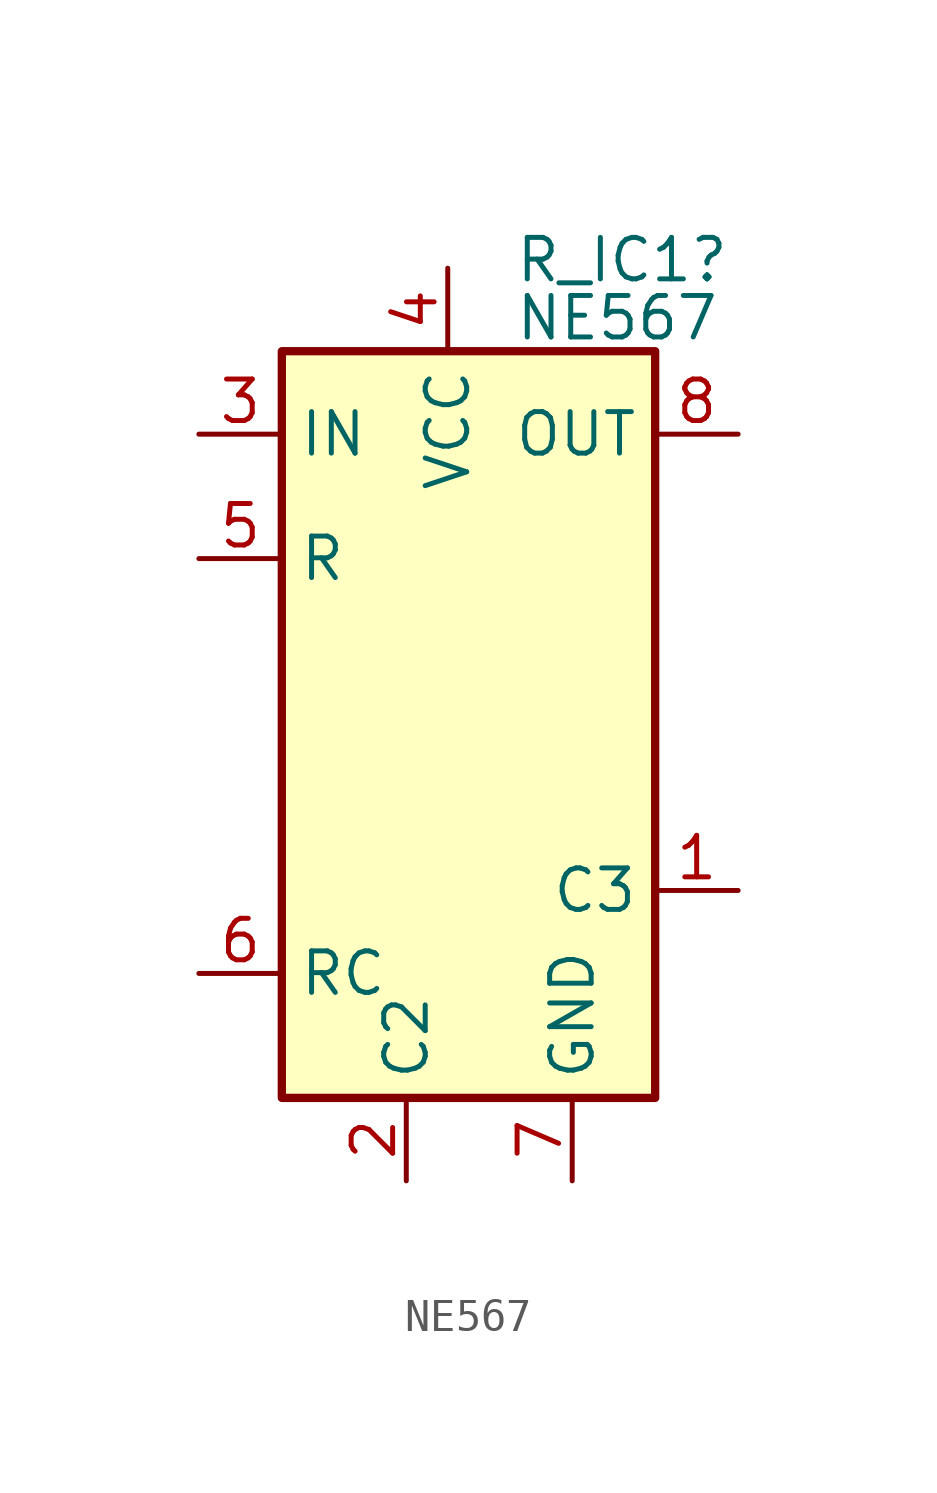
<source format=kicad_sym>
(kicad_symbol_lib
  (version 20231120)
  (generator "kicad_symbol_editor")
  (generator_version "8.0")
  (symbol "NE567"
    (property "Reference" "R_IC1"
      (at -3.048 33.274 0)
      (effects (font (size 1.27 1.27)) (justify left)))
    (property "Value" "NE567"
      (at -3.048 31.496 0)
      (effects (font (size 1.27 1.27)) (justify left)))
    (symbol "NE567_0_1"
      (rectangle (start -10.16 30.48) (end 1.27 7.62) (stroke (width 0.254) (type default)) (fill (type background))))
    (symbol "NE567_1_1"
      (pin output line (at 3.81 13.97 180) (length 2.54) (name "C3" (effects (font (size 1.27 1.27)))) (number "1" (effects (font (size 1.27 1.27)))))
      (pin output line (at -6.35 5.08 90) (length 2.54) (name "C2" (effects (font (size 1.27 1.27)))) (number "2" (effects (font (size 1.27 1.27)))))
      (pin input line (at -12.7 27.94 0) (length 2.54) (name "IN" (effects (font (size 1.27 1.27)))) (number "3" (effects (font (size 1.27 1.27)))))
      (pin power_in line (at -5.08 33.02 270) (length 2.54) (name "VCC" (effects (font (size 1.27 1.27)))) (number "4" (effects (font (size 1.27 1.27)))))
      (pin input line (at -12.7 24.13 0) (length 2.54) (name "R" (effects (font (size 1.27 1.27)))) (number "5" (effects (font (size 1.27 1.27)))))
      (pin input line (at -12.7 11.43 0) (length 2.54) (name "RC" (effects (font (size 1.27 1.27)))) (number "6" (effects (font (size 1.27 1.27)))))
      (pin power_in line (at -1.27 5.08 90) (length 2.54) (name "GND" (effects (font (size 1.27 1.27)))) (number "7" (effects (font (size 1.27 1.27)))))
      (pin output line (at 3.81 27.94 180) (length 2.54) (name "OUT" (effects (font (size 1.27 1.27)))) (number "8" (effects (font (size 1.27 1.27))))))))
</source>
